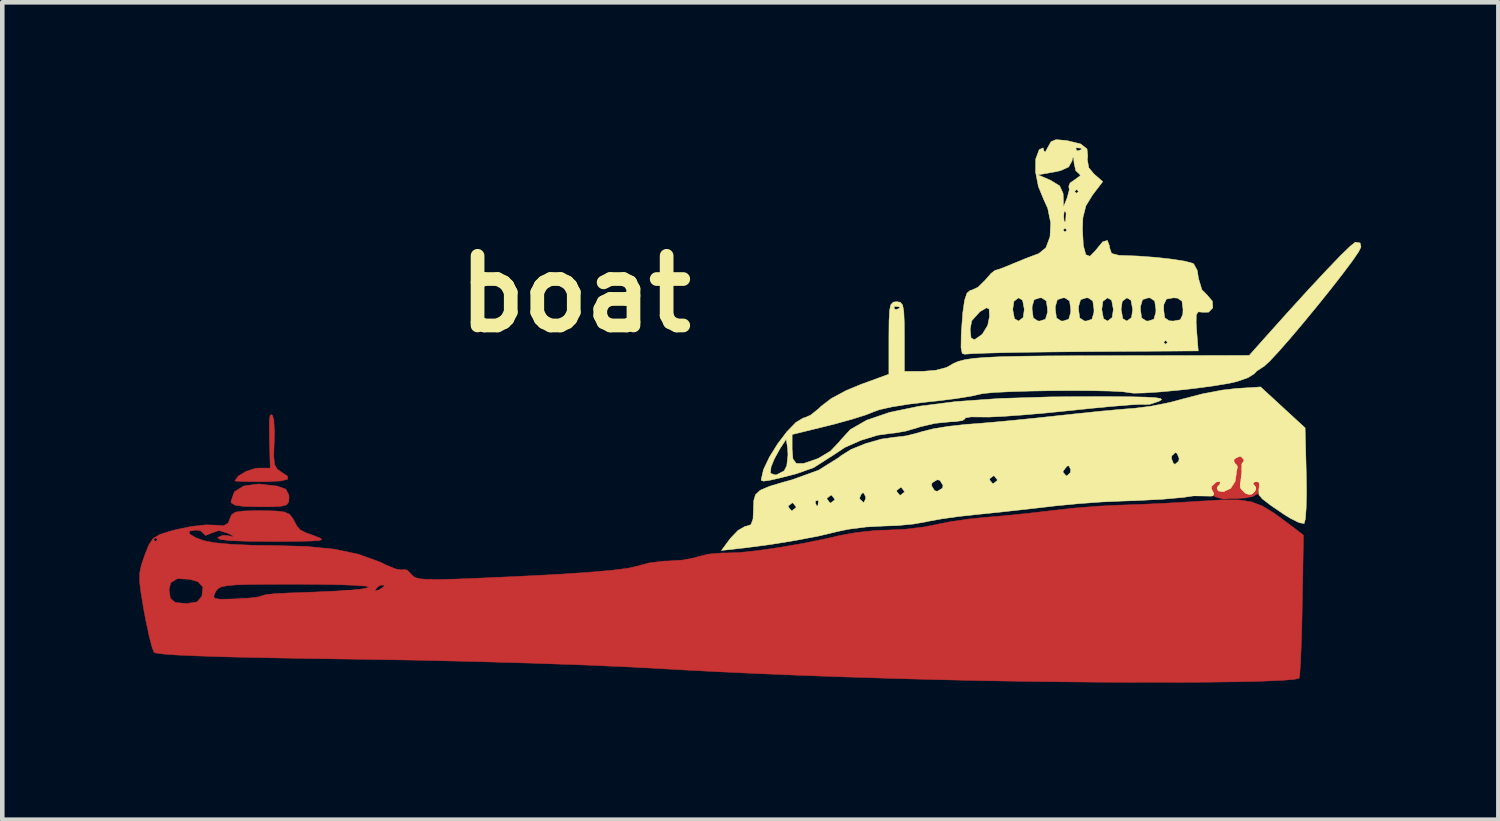
<source format=kicad_pcb>
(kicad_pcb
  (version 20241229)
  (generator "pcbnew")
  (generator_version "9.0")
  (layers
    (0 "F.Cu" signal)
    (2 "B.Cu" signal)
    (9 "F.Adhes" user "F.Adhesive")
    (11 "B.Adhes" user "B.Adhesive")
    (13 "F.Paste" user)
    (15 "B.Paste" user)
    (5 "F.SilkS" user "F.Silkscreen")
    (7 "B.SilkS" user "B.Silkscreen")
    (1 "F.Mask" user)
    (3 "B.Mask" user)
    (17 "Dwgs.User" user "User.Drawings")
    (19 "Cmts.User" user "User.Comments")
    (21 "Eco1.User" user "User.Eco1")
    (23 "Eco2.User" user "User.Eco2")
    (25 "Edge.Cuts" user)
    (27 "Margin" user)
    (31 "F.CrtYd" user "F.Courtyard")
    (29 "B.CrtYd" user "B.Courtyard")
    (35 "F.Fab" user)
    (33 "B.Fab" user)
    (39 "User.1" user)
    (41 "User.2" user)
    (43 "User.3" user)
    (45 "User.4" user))
  (footprint "boat"
    (layer "F.Cu")
    (at 13.349 5.921)
    (property "Reference" "boat" (at -3.81 -2.54 0) (layer "F.SilkS") (effects (font (size 1.524 1.524) (thickness 0.3))))
    (attr through_hole)
    (fp_poly (pts (xy 9.78 4.78) (xy 8.06 4.72) (xy 8.04 3.3) (xy 8.05 3.29) (xy 8.06 3.29) (xy 9.82 3.23)) (stroke (width 0.1) (type solid)) (fill yes) (layer "F.Cu"))
    (fp_poly (pts (xy -10.34 1.662) (xy -10.147 1.73) (xy -10.079 1.858) (xy -10.075 1.916) (xy -10.085 2.018) (xy -10.136 2.078) (xy -10.265 2.107) (xy -10.508 2.116) (xy -10.71 2.117) (xy -11.049 2.109) (xy -11.248 2.084) (xy -11.335 2.034) (xy -11.345 1.996) (xy -11.272 1.788) (xy -11.064 1.66) (xy -10.74 1.617) (xy -10.34 1.662)) (stroke (width 0.01) (type solid)) (fill yes) (layer "F.Cu"))
    (fp_poly (pts (xy 11.13 1.42) (xy 11.17 1.58) (xy 11.13 1.71) (xy 11.08 1.8) (xy 10.99 1.85) (xy 10.83 1.88) (xy 10.68 1.89) (xy 10.49 1.89) (xy 10.39 1.9) (xy 10.33 1.89) (xy 10.25 1.87) (xy 10.17 1.84) (xy 10.12 1.82) (xy 10.09 1.79) (xy 10.1 1.81) (xy 10.09 1.8) (xy 10.03 1.62) (xy 10.1 0.93) (xy 10.93 0.8)) (stroke (width 0.1) (type solid)) (fill yes) (layer "F.Cu"))
    (fp_poly (pts (xy -10.436 0.119) (xy -10.408 0.23) (xy -10.395 0.459) (xy -10.401 0.719) (xy -10.41 1.019) (xy -10.39 1.197) (xy -10.331 1.297) (xy -10.252 1.351) (xy -10.108 1.448) (xy -10.106 1.513) (xy -10.254 1.551) (xy -10.562 1.566) (xy -10.668 1.567) (xy -10.96 1.565) (xy -11.172 1.559) (xy -11.26 1.552) (xy -11.261 1.551) (xy -11.19 1.447) (xy -11.02 1.344) (xy -10.82 1.278) (xy -10.741 1.27) (xy -10.487 1.27) (xy -10.5 0.783) (xy -10.507 0.427) (xy -10.504 0.213) (xy -10.489 0.113) (xy -10.458 0.101) (xy -10.436 0.119)) (stroke (width 0.01) (type solid)) (fill yes) (layer "F.Cu"))
    (fp_poly (pts (xy 10.699 1.966) (xy 10.976 2.007) (xy 11.22 2.099) (xy 11.474 2.254) (xy 11.785 2.483) (xy 11.795 2.49) (xy 12.118 2.737) (xy 12.091 4.283) (xy 12.081 4.777) (xy 12.067 5.21) (xy 12.052 5.554) (xy 12.037 5.783) (xy 12.023 5.868) (xy 11.912 5.893) (xy 11.646 5.914) (xy 11.24 5.931) (xy 10.707 5.944) (xy 10.063 5.953) (xy 9.322 5.957) (xy 8.497 5.957) (xy 7.604 5.953) (xy 6.656 5.944) (xy 5.669 5.93) (xy 5.038 5.919) (xy 4.107 5.898) (xy 3.116 5.871) (xy 2.101 5.839) (xy 1.1 5.803) (xy 0.149 5.764) (xy -0.716 5.724) (xy -1.456 5.685) (xy -1.609 5.676) (xy -2.537 5.625) (xy -3.604 5.578) (xy -4.781 5.537) (xy -6.037 5.501) (xy -7.343 5.471) (xy -8.657 5.45) (xy -9.75 5.434) (xy -10.678 5.417) (xy -11.446 5.4) (xy -12.057 5.38) (xy -12.516 5.36) (xy -12.827 5.338) (xy -12.996 5.314) (xy -13.029 5.3) (xy -13.075 5.18) (xy -13.138 4.935) (xy -13.208 4.607) (xy -13.247 4.402) (xy -13.311 4.023) (xy -13.323 3.932) (xy -12.7 3.932) (xy -12.673 4.119) (xy -12.566 4.209) (xy -12.336 4.233) (xy -12.311 4.233) (xy -12.09 4.198) (xy -11.985 4.078) (xy -11.983 4.073) (xy -11.724 4.073) (xy -11.698 4.122) (xy -11.573 4.139) (xy -11.32 4.134) (xy -11.222 4.13) (xy -10.941 4.112) (xy -10.741 4.088) (xy -10.668 4.064) (xy -10.59 4.04) (xy -10.387 4.018) (xy -10.102 4.003) (xy -10.096 4.002) (xy -9.511 3.981) (xy 8.213 3.981) (xy 8.23 4.295) (xy 8.281 4.464) (xy 8.36 4.479) (xy 8.424 4.403) (xy 8.529 4.36) (xy 8.755 4.33) (xy 9.054 4.318) (xy 9.064 4.318) (xy 9.39 4.312) (xy 9.575 4.271) (xy 9.646 4.161) (xy 9.631 3.948) (xy 9.578 3.683) (xy 9.535 3.537) (xy 9.457 3.459) (xy 9.296 3.425) (xy 9.059 3.412) (xy 8.675 3.404) (xy 8.429 3.427) (xy 8.291 3.5) (xy 8.229 3.646) (xy 8.213 3.885) (xy 8.213 3.981) (xy -9.511 3.981) (xy -9.485 3.98) (xy -9.024 3.959) (xy -8.97 3.955) (xy -8.204 3.955) (xy -8.119 3.938) (xy -8.103 3.932) (xy -8 3.864) (xy -7.999 3.826) (xy -8.088 3.836) (xy -8.151 3.884) (xy -8.204 3.955) (xy -8.97 3.955) (xy -8.696 3.938) (xy -8.482 3.915) (xy -8.364 3.889) (xy -8.33 3.871) (xy -8.391 3.852) (xy -8.597 3.836) (xy -8.924 3.823) (xy -9.347 3.814) (xy -9.842 3.81) (xy -9.931 3.81) (xy -10.502 3.811) (xy -10.927 3.815) (xy -11.229 3.824) (xy -11.431 3.842) (xy -11.558 3.869) (xy -11.631 3.909) (xy -11.675 3.963) (xy -11.685 3.981) (xy -11.724 4.073) (xy -11.983 4.073) (xy -11.981 4.065) (xy -11.96 3.87) (xy -12.069 3.755) (xy -12.249 3.702) (xy -12.52 3.688) (xy -12.665 3.778) (xy -12.7 3.932) (xy -13.323 3.932) (xy -13.344 3.762) (xy -13.343 3.57) (xy -13.309 3.398) (xy -13.241 3.198) (xy -13.233 3.176) (xy -13.143 2.949) (xy -13.067 2.836) (xy -13.039 2.836) (xy -12.996 2.879) (xy -12.954 2.836) (xy -12.996 2.794) (xy -13.039 2.836) (xy -13.067 2.836) (xy -13.05 2.811) (xy -12.907 2.723) (xy -12.666 2.648) (xy -12.534 2.613) (xy -12.203 2.545) (xy -11.893 2.512) (xy -11.706 2.517) (xy -11.504 2.532) (xy -11.407 2.472) (xy -11.373 2.383) (xy -11.333 2.289) (xy -11.248 2.234) (xy -11.079 2.209) (xy -10.788 2.201) (xy -10.703 2.201) (xy -10.377 2.207) (xy -10.178 2.23) (xy -10.063 2.281) (xy -9.992 2.373) (xy -9.982 2.392) (xy -9.902 2.541) (xy -9.828 2.624) (xy -9.704 2.686) (xy -9.51 2.756) (xy -9.397 2.8) (xy -9.359 2.832) (xy -9.413 2.852) (xy -9.579 2.865) (xy -9.873 2.872) (xy -10.315 2.875) (xy -10.44 2.875) (xy -10.986 2.871) (xy -11.366 2.856) (xy -11.583 2.83) (xy -11.64 2.792) (xy -11.64 2.791) (xy -11.525 2.739) (xy -11.402 2.749) (xy -11.284 2.775) (xy -11.313 2.748) (xy -11.416 2.694) (xy -11.61 2.635) (xy -11.776 2.694) (xy -11.905 2.745) (xy -11.938 2.71) (xy -12.009 2.641) (xy -12.107 2.625) (xy -12.255 2.649) (xy -12.254 2.71) (xy -12.113 2.794) (xy -11.939 2.858) (xy -11.704 2.903) (xy -11.336 2.937) (xy -10.871 2.958) (xy -10.449 2.963) (xy -9.694 2.983) (xy -9.072 3.045) (xy -8.551 3.156) (xy -8.098 3.32) (xy -7.953 3.39) (xy -7.746 3.475) (xy -7.604 3.499) (xy -7.581 3.489) (xy -7.493 3.5) (xy -7.407 3.586) (xy -7.365 3.633) (xy -7.306 3.668) (xy -7.208 3.692) (xy -7.052 3.705) (xy -6.818 3.707) (xy -6.486 3.7) (xy -6.037 3.683) (xy -5.45 3.657) (xy -5.022 3.637) (xy -4.203 3.595) (xy -3.533 3.551) (xy -3.017 3.506) (xy -2.659 3.461) (xy -2.466 3.417) (xy -2.2 3.345) (xy -1.877 3.305) (xy -1.773 3.302) (xy -1.472 3.282) (xy -1.201 3.231) (xy -1.127 3.207) (xy -0.89 3.15) (xy -0.592 3.126) (xy -0.508 3.127) (xy -0.218 3.117) (xy 0.192 3.073) (xy 0.678 3.002) (xy 1.196 2.912) (xy 1.7 2.809) (xy 1.967 2.746) (xy 2.327 2.68) (xy 2.746 2.636) (xy 3.029 2.625) (xy 3.417 2.606) (xy 3.819 2.557) (xy 4.067 2.508) (xy 4.39 2.443) (xy 4.795 2.384) (xy 5.197 2.343) (xy 5.207 2.343) (xy 5.631 2.307) (xy 6.124 2.256) (xy 6.589 2.202) (xy 6.646 2.195) (xy 7.109 2.144) (xy 7.622 2.103) (xy 8.082 2.08) (xy 8.128 2.079) (xy 8.521 2.065) (xy 9.012 2.043) (xy 9.527 2.014) (xy 9.864 1.993) (xy 10.343 1.965) (xy 10.699 1.966)) (stroke (width 0.01) (type solid)) (fill yes) (layer "F.Cu"))
    (fp_poly (pts (xy -10.34 1.662) (xy -10.147 1.73) (xy -10.079 1.858) (xy -10.075 1.916) (xy -10.085 2.018) (xy -10.136 2.078) (xy -10.265 2.107) (xy -10.508 2.116) (xy -10.71 2.117) (xy -11.049 2.109) (xy -11.248 2.084) (xy -11.335 2.034) (xy -11.345 1.996) (xy -11.272 1.788) (xy -11.064 1.66) (xy -10.74 1.617) (xy -10.34 1.662)) (stroke (width 0.01) (type solid)) (fill yes) (layer "F.Mask"))
    (fp_poly (pts (xy -10.436 0.119) (xy -10.408 0.23) (xy -10.395 0.459) (xy -10.401 0.719) (xy -10.41 1.019) (xy -10.39 1.197) (xy -10.331 1.297) (xy -10.252 1.351) (xy -10.108 1.448) (xy -10.106 1.513) (xy -10.254 1.551) (xy -10.562 1.566) (xy -10.668 1.567) (xy -10.96 1.565) (xy -11.172 1.559) (xy -11.26 1.552) (xy -11.261 1.551) (xy -11.19 1.447) (xy -11.02 1.344) (xy -10.82 1.278) (xy -10.741 1.27) (xy -10.487 1.27) (xy -10.5 0.783) (xy -10.507 0.427) (xy -10.504 0.213) (xy -10.489 0.113) (xy -10.458 0.101) (xy -10.436 0.119)) (stroke (width 0.01) (type solid)) (fill yes) (layer "F.Mask"))
    (fp_poly (pts (xy 10.699 1.966) (xy 10.976 2.007) (xy 11.22 2.099) (xy 11.474 2.254) (xy 11.785 2.483) (xy 11.795 2.49) (xy 12.118 2.737) (xy 12.091 4.283) (xy 12.081 4.777) (xy 12.067 5.21) (xy 12.052 5.554) (xy 12.037 5.783) (xy 12.023 5.868) (xy 11.912 5.893) (xy 11.646 5.914) (xy 11.24 5.931) (xy 10.707 5.944) (xy 10.063 5.953) (xy 9.322 5.957) (xy 8.497 5.957) (xy 7.604 5.953) (xy 6.656 5.944) (xy 5.669 5.93) (xy 5.038 5.919) (xy 4.107 5.898) (xy 3.116 5.871) (xy 2.101 5.839) (xy 1.1 5.803) (xy 0.149 5.764) (xy -0.716 5.724) (xy -1.456 5.685) (xy -1.609 5.676) (xy -2.537 5.625) (xy -3.604 5.578) (xy -4.781 5.537) (xy -6.037 5.501) (xy -7.343 5.471) (xy -8.657 5.45) (xy -9.75 5.434) (xy -10.678 5.417) (xy -11.446 5.4) (xy -12.057 5.38) (xy -12.516 5.36) (xy -12.827 5.338) (xy -12.996 5.314) (xy -13.029 5.3) (xy -13.075 5.18) (xy -13.138 4.935) (xy -13.208 4.607) (xy -13.247 4.402) (xy -13.311 4.023) (xy -13.323 3.932) (xy -12.7 3.932) (xy -12.673 4.119) (xy -12.566 4.209) (xy -12.336 4.233) (xy -12.311 4.233) (xy -12.09 4.198) (xy -11.985 4.078) (xy -11.983 4.073) (xy -11.724 4.073) (xy -11.698 4.122) (xy -11.573 4.139) (xy -11.32 4.134) (xy -11.222 4.13) (xy -10.941 4.112) (xy -10.741 4.088) (xy -10.668 4.064) (xy -10.59 4.04) (xy -10.387 4.018) (xy -10.102 4.003) (xy -10.096 4.002) (xy -9.511 3.981) (xy 8.213 3.981) (xy 8.23 4.295) (xy 8.281 4.464) (xy 8.36 4.479) (xy 8.424 4.403) (xy 8.529 4.36) (xy 8.755 4.33) (xy 9.054 4.318) (xy 9.064 4.318) (xy 9.39 4.312) (xy 9.575 4.271) (xy 9.646 4.161) (xy 9.631 3.948) (xy 9.578 3.683) (xy 9.535 3.537) (xy 9.457 3.459) (xy 9.296 3.425) (xy 9.059 3.412) (xy 8.675 3.404) (xy 8.429 3.427) (xy 8.291 3.5) (xy 8.229 3.646) (xy 8.213 3.885) (xy 8.213 3.981) (xy -9.511 3.981) (xy -9.485 3.98) (xy -9.024 3.959) (xy -8.97 3.955) (xy -8.204 3.955) (xy -8.119 3.938) (xy -8.103 3.932) (xy -8 3.864) (xy -7.999 3.826) (xy -8.088 3.836) (xy -8.151 3.884) (xy -8.204 3.955) (xy -8.97 3.955) (xy -8.696 3.938) (xy -8.482 3.915) (xy -8.364 3.889) (xy -8.33 3.871) (xy -8.391 3.852) (xy -8.597 3.836) (xy -8.924 3.823) (xy -9.347 3.814) (xy -9.842 3.81) (xy -9.931 3.81) (xy -10.502 3.811) (xy -10.927 3.815) (xy -11.229 3.824) (xy -11.431 3.842) (xy -11.558 3.869) (xy -11.631 3.909) (xy -11.675 3.963) (xy -11.685 3.981) (xy -11.724 4.073) (xy -11.983 4.073) (xy -11.981 4.065) (xy -11.96 3.87) (xy -12.069 3.755) (xy -12.249 3.702) (xy -12.52 3.688) (xy -12.665 3.778) (xy -12.7 3.932) (xy -13.323 3.932) (xy -13.344 3.762) (xy -13.343 3.57) (xy -13.309 3.398) (xy -13.241 3.198) (xy -13.233 3.176) (xy -13.143 2.949) (xy -13.067 2.836) (xy -13.039 2.836) (xy -12.996 2.879) (xy -12.954 2.836) (xy -12.996 2.794) (xy -13.039 2.836) (xy -13.067 2.836) (xy -13.05 2.811) (xy -12.907 2.723) (xy -12.666 2.648) (xy -12.534 2.613) (xy -12.203 2.545) (xy -11.893 2.512) (xy -11.706 2.517) (xy -11.504 2.532) (xy -11.407 2.472) (xy -11.373 2.383) (xy -11.333 2.289) (xy -11.248 2.234) (xy -11.079 2.209) (xy -10.788 2.201) (xy -10.703 2.201) (xy -10.377 2.207) (xy -10.178 2.23) (xy -10.063 2.281) (xy -9.992 2.373) (xy -9.982 2.392) (xy -9.902 2.541) (xy -9.828 2.624) (xy -9.704 2.686) (xy -9.51 2.756) (xy -9.397 2.8) (xy -9.359 2.832) (xy -9.413 2.852) (xy -9.579 2.865) (xy -9.873 2.872) (xy -10.315 2.875) (xy -10.44 2.875) (xy -10.986 2.871) (xy -11.366 2.856) (xy -11.583 2.83) (xy -11.64 2.792) (xy -11.64 2.791) (xy -11.525 2.739) (xy -11.402 2.749) (xy -11.284 2.775) (xy -11.313 2.748) (xy -11.416 2.694) (xy -11.61 2.635) (xy -11.776 2.694) (xy -11.905 2.745) (xy -11.938 2.71) (xy -12.009 2.641) (xy -12.107 2.625) (xy -12.255 2.649) (xy -12.254 2.71) (xy -12.113 2.794) (xy -11.939 2.858) (xy -11.704 2.903) (xy -11.336 2.937) (xy -10.871 2.958) (xy -10.449 2.963) (xy -9.694 2.983) (xy -9.072 3.045) (xy -8.551 3.156) (xy -8.098 3.32) (xy -7.953 3.39) (xy -7.746 3.475) (xy -7.604 3.499) (xy -7.581 3.489) (xy -7.493 3.5) (xy -7.407 3.586) (xy -7.365 3.633) (xy -7.306 3.668) (xy -7.208 3.692) (xy -7.052 3.705) (xy -6.818 3.707) (xy -6.486 3.7) (xy -6.037 3.683) (xy -5.45 3.657) (xy -5.022 3.637) (xy -4.203 3.595) (xy -3.533 3.551) (xy -3.017 3.506) (xy -2.659 3.461) (xy -2.466 3.417) (xy -2.2 3.345) (xy -1.877 3.305) (xy -1.773 3.302) (xy -1.472 3.282) (xy -1.201 3.231) (xy -1.127 3.207) (xy -0.89 3.15) (xy -0.592 3.126) (xy -0.508 3.127) (xy -0.218 3.117) (xy 0.192 3.073) (xy 0.678 3.002) (xy 1.196 2.912) (xy 1.7 2.809) (xy 1.967 2.746) (xy 2.327 2.68) (xy 2.746 2.636) (xy 3.029 2.625) (xy 3.417 2.606) (xy 3.819 2.557) (xy 4.067 2.508) (xy 4.39 2.443) (xy 4.795 2.384) (xy 5.197 2.343) (xy 5.207 2.343) (xy 5.631 2.307) (xy 6.124 2.256) (xy 6.589 2.202) (xy 6.646 2.195) (xy 7.109 2.144) (xy 7.622 2.103) (xy 8.082 2.08) (xy 8.128 2.079) (xy 8.521 2.065) (xy 9.012 2.043) (xy 9.527 2.014) (xy 9.864 1.993) (xy 10.343 1.965) (xy 10.699 1.966)) (stroke (width 0.01) (type solid)) (fill yes) (layer "F.Mask"))
    (fp_line (start 9.66 1.82) (end 10.07 1.78) (stroke (width 0.12) (type solid)) (layer "F.SilkS"))
    (fp_line (start 10.05 1.78) (end 10.05 1.79) (stroke (width 0.12) (type solid)) (layer "F.SilkS"))
    (fp_line (start 10.07 1.78) (end 10.05 1.78) (stroke (width 0.12) (type solid)) (layer "F.SilkS"))
    (fp_line (start 10.1 1.83) (end 9.66 1.82) (stroke (width 0.12) (type solid)) (layer "F.SilkS"))
    (fp_line (start 10.35 1.53) (end 10.52 1.45) (stroke (width 0.15) (type solid)) (layer "F.SilkS"))
    (fp_line (start 10.35 1.65) (end 10.38 1.56) (stroke (width 0.15) (type solid)) (layer "F.SilkS"))
    (fp_line (start 10.36 1.71) (end 10.3 1.71) (stroke (width 0.15) (type solid)) (layer "F.SilkS"))
    (fp_line (start 10.38 1.56) (end 10.35 1.53) (stroke (width 0.15) (type solid)) (layer "F.SilkS"))
    (fp_line (start 10.45 1.63) (end 10.47 1.51) (stroke (width 0.15) (type solid)) (layer "F.SilkS"))
    (fp_line (start 10.52 1.06) (end 10.61 0.98) (stroke (width 0.15) (type solid)) (layer "F.SilkS"))
    (fp_line (start 10.52 1.45) (end 10.42 1.39) (stroke (width 0.15) (type solid)) (layer "F.SilkS"))
    (fp_line (start 10.54 1.18) (end 10.52 1.06) (stroke (width 0.15) (type solid)) (layer "F.SilkS"))
    (fp_line (start 10.58 1.36) (end 10.6 1.25) (stroke (width 0.15) (type solid)) (layer "F.SilkS"))
    (fp_line (start 10.6 1.25) (end 10.54 1.18) (stroke (width 0.15) (type solid)) (layer "F.SilkS"))
    (fp_line (start 10.61 0.98) (end 10.6 0.94) (stroke (width 0.15) (type solid)) (layer "F.SilkS"))
    (fp_line (start 10.81 1.61) (end 10.81 1.68) (stroke (width 0.15) (type solid)) (layer "F.SilkS"))
    (fp_line (start 10.81 1.68) (end 10.85 1.72) (stroke (width 0.15) (type solid)) (layer "F.SilkS"))
    (fp_line (start 10.82 1.53) (end 10.81 1.61) (stroke (width 0.15) (type solid)) (layer "F.SilkS"))
    (fp_line (start 10.83 1.45) (end 10.82 1.53) (stroke (width 0.15) (type solid)) (layer "F.SilkS"))
    (fp_line (start 10.84 1.2) (end 10.84 1.27) (stroke (width 0.15) (type solid)) (layer "F.SilkS"))
    (fp_line (start 10.84 1.27) (end 10.85 1.31) (stroke (width 0.15) (type solid)) (layer "F.SilkS"))
    (fp_line (start 10.84 1.31) (end 10.84 1.37) (stroke (width 0.15) (type solid)) (layer "F.SilkS"))
    (fp_line (start 10.84 1.37) (end 10.83 1.45) (stroke (width 0.15) (type solid)) (layer "F.SilkS"))
    (fp_line (start 10.85 1.31) (end 10.84 1.31) (stroke (width 0.15) (type solid)) (layer "F.SilkS"))
    (fp_line (start 10.85 1.72) (end 10.89 1.76) (stroke (width 0.15) (type solid)) (layer "F.SilkS"))
    (fp_line (start 10.87 1.72) (end 10.94 1.41) (stroke (width 0.15) (type solid)) (layer "F.SilkS"))
    (fp_line (start 10.89 1.75) (end 10.92 1.77) (stroke (width 0.15) (type solid)) (layer "F.SilkS"))
    (fp_line (start 10.89 1.76) (end 10.89 1.5) (stroke (width 0.15) (type solid)) (layer "F.SilkS"))
    (fp_line (start 10.92 1.23) (end 10.84 1.2) (stroke (width 0.15) (type solid)) (layer "F.SilkS"))
    (fp_line (start 10.92 1.77) (end 10.95 1.75) (stroke (width 0.15) (type solid)) (layer "F.SilkS"))
    (fp_line (start 10.93 1.62) (end 10.95 1.62) (stroke (width 0.15) (type solid)) (layer "F.SilkS"))
    (fp_line (start 10.94 1.41) (end 11.2 1.26) (stroke (width 0.15) (type solid)) (layer "F.SilkS"))
    (fp_line (start 10.95 1.75) (end 10.97 1.73) (stroke (width 0.15) (type solid)) (layer "F.SilkS"))
    (fp_line (start 10.95 1.77) (end 10.87 1.72) (stroke (width 0.15) (type solid)) (layer "F.SilkS"))
    (fp_line (start 10.96 1.77) (end 10.95 1.77) (stroke (width 0.15) (type solid)) (layer "F.SilkS"))
    (fp_line (start 10.97 1.55) (end 11.04 1.49) (stroke (width 0.15) (type solid)) (layer "F.SilkS"))
    (fp_line (start 10.97 1.73) (end 11 1.71) (stroke (width 0.15) (type solid)) (layer "F.SilkS"))
    (fp_line (start 10.97 1.76) (end 10.96 1.77) (stroke (width 0.15) (type solid)) (layer "F.SilkS"))
    (fp_line (start 10.99 1.74) (end 10.97 1.76) (stroke (width 0.15) (type solid)) (layer "F.SilkS"))
    (fp_line (start 11 1.71) (end 11 1.72) (stroke (width 0.15) (type solid)) (layer "F.SilkS"))
    (fp_line (start 11 1.72) (end 10.99 1.74) (stroke (width 0.15) (type solid)) (layer "F.SilkS"))
    (fp_line (start 11.04 1.49) (end 11.16 1.45) (stroke (width 0.15) (type solid)) (layer "F.SilkS"))
    (fp_line (start 11.11 1.49) (end 11.06 1.5) (stroke (width 0.15) (type solid)) (layer "F.SilkS"))
    (fp_line (start 11.21 1.54) (end 11.11 1.49) (stroke (width 0.15) (type solid)) (layer "F.SilkS"))
    (fp_line (start 11.21 1.75) (end 11.23 1.64) (stroke (width 0.15) (type solid)) (layer "F.SilkS"))
    (fp_line (start 11.23 1.64) (end 11.21 1.54) (stroke (width 0.15) (type solid)) (layer "F.SilkS"))
    (fp_line (start 11.28 1.61) (end 11.27 1.6) (stroke (width 0.15) (type solid)) (layer "F.SilkS"))
    (fp_poly (pts (xy 13.357 -3.656) (xy 13.377 -3.569) (xy 13.325 -3.463) (xy 13.182 -3.255) (xy 12.969 -2.971) (xy 12.707 -2.635) (xy 12.415 -2.272) (xy 12.116 -1.909) (xy 11.83 -1.57) (xy 11.576 -1.281) (xy 11.377 -1.067) (xy 11.253 -0.954) (xy 11.233 -0.943) (xy 11.097 -0.854) (xy 11.037 -0.791) (xy 10.903 -0.708) (xy 10.665 -0.625) (xy 10.487 -0.584) (xy 10.16 -0.53) (xy 9.773 -0.478) (xy 9.364 -0.432) (xy 8.973 -0.396) (xy 8.64 -0.374) (xy 8.405 -0.369) (xy 8.317 -0.379) (xy 8.173 -0.4) (xy 7.894 -0.415) (xy 7.516 -0.423) (xy 7.074 -0.426) (xy 6.602 -0.423) (xy 6.135 -0.415) (xy 5.709 -0.402) (xy 5.358 -0.385) (xy 5.117 -0.363) (xy 5.038 -0.347) (xy 4.848 -0.304) (xy 4.538 -0.254) (xy 4.156 -0.205) (xy 3.872 -0.175) (xy 3.471 -0.127) (xy 3.112 -0.069) (xy 2.841 -0.008) (xy 2.729 0.032) (xy 2.545 0.105) (xy 2.247 0.199) (xy 1.886 0.299) (xy 1.714 0.343) (xy 0.931 0.535) (xy 0.931 0.86) (xy 0.949 1.07) (xy 1.023 1.169) (xy 1.182 1.168) (xy 1.457 1.075) (xy 1.505 1.056) (xy 1.769 0.899) (xy 1.969 0.689) (xy 1.98 0.671) (xy 2.202 0.428) (xy 2.561 0.222) (xy 3.062 0.051) (xy 3.71 -0.084) (xy 4.508 -0.185) (xy 5.462 -0.253) (xy 6.576 -0.288) (xy 7.208 -0.293) (xy 7.841 -0.294) (xy 8.321 -0.291) (xy 8.663 -0.283) (xy 8.882 -0.271) (xy 8.994 -0.252) (xy 9.015 -0.227) (xy 8.959 -0.193) (xy 8.956 -0.192) (xy 8.765 -0.128) (xy 8.647 -0.12) (xy 8.644 -0.122) (xy 8.545 -0.125) (xy 8.306 -0.111) (xy 7.952 -0.082) (xy 7.514 -0.041) (xy 7.023 0.01) (xy 6.497 0.063) (xy 6.001 0.106) (xy 5.57 0.137) (xy 5.242 0.153) (xy 5.067 0.152) (xy 4.845 0.15) (xy 4.722 0.171) (xy 4.712 0.191) (xy 4.662 0.229) (xy 4.489 0.254) (xy 4.386 0.258) (xy 4.056 0.291) (xy 3.724 0.369) (xy 3.683 0.383) (xy 3.409 0.463) (xy 3.158 0.505) (xy 3.114 0.507) (xy 2.799 0.551) (xy 2.432 0.664) (xy 2.088 0.816) (xy 1.863 0.965) (xy 1.401 1.261) (xy 1.016 1.396) (xy 0.656 1.488) (xy 0.429 1.539) (xy 0.307 1.555) (xy 0.259 1.541) (xy 0.254 1.522) (xy 0.286 1.383) (xy 0.456 1.383) (xy 0.554 1.418) (xy 0.591 1.416) (xy 0.757 1.329) (xy 0.814 1.218) (xy 0.84 0.979) (xy 0.832 0.834) (xy 0.802 0.635) (xy 0.664 0.847) (xy 0.541 1.07) (xy 0.47 1.244) (xy 0.456 1.383) (xy 0.286 1.383) (xy 0.303 1.306) (xy 0.433 1.032) (xy 0.613 0.741) (xy 0.817 0.473) (xy 1.014 0.27) (xy 1.176 0.173) (xy 1.203 0.169) (xy 1.334 0.112) (xy 1.512 -0.03) (xy 1.562 -0.08) (xy 1.785 -0.251) (xy 2.117 -0.429) (xy 2.425 -0.557) (xy 3.048 -0.785) (xy 3.048 -1.578) (xy 3.051 -1.948) (xy 3.063 -2.181) (xy 3.08 -2.258) (xy 3.161 -2.258) (xy 3.173 -2.207) (xy 3.217 -2.201) (xy 3.287 -2.232) (xy 3.274 -2.258) (xy 3.173 -2.268) (xy 3.161 -2.258) (xy 3.08 -2.258) (xy 3.092 -2.308) (xy 3.144 -2.361) (xy 3.217 -2.371) (xy 3.298 -2.358) (xy 3.348 -2.298) (xy 3.374 -2.159) (xy 3.385 -1.909) (xy 3.387 -1.609) (xy 3.387 -0.847) (xy 3.791 -0.847) (xy 4.07 -0.87) (xy 4.3 -0.929) (xy 4.363 -0.961) (xy 4.457 -1.018) (xy 4.567 -1.065) (xy 4.711 -1.102) (xy 4.905 -1.131) (xy 5.168 -1.152) (xy 5.516 -1.168) (xy 5.968 -1.178) (xy 6.539 -1.185) (xy 7.248 -1.188) (xy 7.956 -1.19) (xy 10.931 -1.195) (xy 11.244 -1.547) (xy 11.771 -2.135) (xy 12.233 -2.642) (xy 12.621 -3.058) (xy 12.925 -3.375) (xy 13.138 -3.582) (xy 13.25 -3.671) (xy 13.252 -3.672) (xy 13.357 -3.656)) (stroke (width 0.01) (type solid)) (fill yes) (layer "F.SilkS"))
    (fp_poly (pts (xy 11.667 -0.058) (xy 12.154 0.39) (xy 12.18 1.413) (xy 12.185 1.812) (xy 12.177 2.146) (xy 12.16 2.381) (xy 12.133 2.482) (xy 12.133 2.482) (xy 12.026 2.465) (xy 11.834 2.37) (xy 11.69 2.281) (xy 11.395 2.079) (xy 11.22 1.945) (xy 11.143 1.855) (xy 11.142 1.786) (xy 11.174 1.738) (xy 11.215 1.609) (xy 11.109 1.534) (xy 11.014 1.525) (xy 10.931 1.544) (xy 10.99 1.596) (xy 11.053 1.674) (xy 10.975 1.769) (xy 10.87 1.819) (xy 10.805 1.724) (xy 10.796 1.696) (xy 10.773 1.484) (xy 10.795 1.268) (xy 10.815 1.085) (xy 10.755 1.019) (xy 10.722 1.016) (xy 10.578 1.065) (xy 10.52 1.171) (xy 10.577 1.266) (xy 10.649 1.392) (xy 10.622 1.565) (xy 10.523 1.716) (xy 10.384 1.777) (xy 10.266 1.763) (xy 10.304 1.711) (xy 10.327 1.697) (xy 10.41 1.603) (xy 10.358 1.552) (xy 10.21 1.575) (xy 10.108 1.67) (xy 10.107 1.737) (xy 10.05 1.801) (xy 9.84 1.859) (xy 9.495 1.91) (xy 9.029 1.952) (xy 8.46 1.981) (xy 8.128 1.992) (xy 7.702 2.011) (xy 7.198 2.048) (xy 6.705 2.095) (xy 6.562 2.112) (xy 6.083 2.167) (xy 5.556 2.225) (xy 5.074 2.275) (xy 4.953 2.287) (xy 4.563 2.33) (xy 4.196 2.382) (xy 3.913 2.433) (xy 3.852 2.447) (xy 3.586 2.494) (xy 3.234 2.527) (xy 2.928 2.538) (xy 2.547 2.558) (xy 2.16 2.608) (xy 1.912 2.66) (xy 1.522 2.754) (xy 1.019 2.85) (xy 0.461 2.941) (xy -0.098 3.015) (xy -0.202 3.026) (xy -0.615 3.072) (xy -0.419 2.806) (xy -0.254 2.634) (xy -0.097 2.544) (xy -0.069 2.54) (xy 0.029 2.508) (xy 0.075 2.385) (xy 0.085 2.169) (xy 0.087 2.117) (xy 0.847 2.117) (xy 0.911 2.199) (xy 0.931 2.201) (xy 1.014 2.137) (xy 1.016 2.117) (xy 0.952 2.034) (xy 0.931 2.032) (xy 1.439 2.032) (xy 1.47 2.102) (xy 1.496 2.088) (xy 1.506 1.988) (xy 1.496 1.976) (xy 1.445 1.987) (xy 1.439 2.032) (xy 0.931 2.032) (xy 0.849 2.096) (xy 0.847 2.117) (xy 0.087 2.117) (xy 0.091 1.982) (xy 0.102 1.947) (xy 1.693 1.947) (xy 1.758 2.03) (xy 1.778 2.032) (xy 1.86 1.968) (xy 1.863 1.947) (xy 1.843 1.923) (xy 2.405 1.923) (xy 2.417 1.953) (xy 2.498 2.028) (xy 2.538 1.943) (xy 2.54 1.9) (xy 2.498 1.813) (xy 2.454 1.821) (xy 2.405 1.923) (xy 1.843 1.923) (xy 1.798 1.865) (xy 1.778 1.863) (xy 1.696 1.927) (xy 1.693 1.947) (xy 0.102 1.947) (xy 0.13 1.851) (xy 0.208 1.778) (xy 3.217 1.778) (xy 3.282 1.86) (xy 3.302 1.863) (xy 3.384 1.798) (xy 3.387 1.778) (xy 3.322 1.696) (xy 3.302 1.693) (xy 3.22 1.758) (xy 3.217 1.778) (xy 0.208 1.778) (xy 0.232 1.755) (xy 0.425 1.672) (xy 0.493 1.651) (xy 3.979 1.651) (xy 4.047 1.763) (xy 4.106 1.778) (xy 4.219 1.71) (xy 4.233 1.651) (xy 4.166 1.539) (xy 4.106 1.524) (xy 5.249 1.524) (xy 5.314 1.606) (xy 5.334 1.609) (xy 5.416 1.544) (xy 5.419 1.524) (xy 5.354 1.442) (xy 5.334 1.439) (xy 5.252 1.504) (xy 5.249 1.524) (xy 4.106 1.524) (xy 3.994 1.592) (xy 3.979 1.651) (xy 0.493 1.651) (xy 0.738 1.578) (xy 0.931 1.525) (xy 1.388 1.36) (xy 6.858 1.36) (xy 6.923 1.437) (xy 6.943 1.439) (xy 7.017 1.37) (xy 7.027 1.307) (xy 6.986 1.22) (xy 6.943 1.228) (xy 6.861 1.336) (xy 6.858 1.36) (xy 1.388 1.36) (xy 1.509 1.316) (xy 1.923 1.058) (xy 9.229 1.058) (xy 9.274 1.171) (xy 9.313 1.185) (xy 9.388 1.117) (xy 9.398 1.058) (xy 9.352 0.946) (xy 9.313 0.931) (xy 9.238 1) (xy 9.229 1.058) (xy 1.923 1.058) (xy 1.952 1.04) (xy 2.001 0.999) (xy 2.22 0.862) (xy 2.538 0.733) (xy 2.884 0.635) (xy 3.188 0.592) (xy 3.21 0.591) (xy 3.433 0.563) (xy 3.707 0.493) (xy 3.768 0.473) (xy 4.015 0.411) (xy 4.365 0.354) (xy 4.749 0.312) (xy 4.826 0.307) (xy 5.193 0.278) (xy 5.668 0.235) (xy 6.191 0.183) (xy 6.703 0.128) (xy 6.731 0.125) (xy 7.213 0.073) (xy 7.684 0.025) (xy 8.094 -0.013) (xy 8.392 -0.037) (xy 8.424 -0.039) (xy 8.781 -0.084) (xy 9.197 -0.167) (xy 9.525 -0.255) (xy 9.919 -0.357) (xy 10.343 -0.437) (xy 10.649 -0.472) (xy 11.18 -0.506) (xy 11.667 -0.058)) (stroke (width 0.01) (type solid)) (fill yes) (layer "F.SilkS"))
    (fp_poly (pts (xy 6.908 -5.899) (xy 6.962 -5.891) (xy 7.245 -5.821) (xy 7.383 -5.712) (xy 7.399 -5.543) (xy 7.388 -5.492) (xy 7.42 -5.303) (xy 7.536 -5.164) (xy 7.727 -4.998) (xy 7.504 -4.706) (xy 7.358 -4.468) (xy 7.293 -4.21) (xy 7.283 -3.964) (xy 7.302 -3.599) (xy 7.357 -3.399) (xy 7.447 -3.364) (xy 7.572 -3.493) (xy 7.578 -3.502) (xy 7.725 -3.681) (xy 7.828 -3.711) (xy 7.873 -3.591) (xy 7.874 -3.556) (xy 7.92 -3.427) (xy 8.082 -3.384) (xy 8.107 -3.384) (xy 8.49 -3.37) (xy 8.883 -3.341) (xy 9.242 -3.301) (xy 9.527 -3.256) (xy 9.696 -3.21) (xy 9.716 -3.198) (xy 9.795 -3.055) (xy 9.821 -2.879) (xy 9.896 -2.632) (xy 10.005 -2.523) (xy 10.126 -2.381) (xy 10.134 -2.235) (xy 10.042 -2.141) (xy 9.91 -2.14) (xy 9.817 -2.149) (xy 9.774 -2.087) (xy 9.77 -1.917) (xy 9.781 -1.738) (xy 9.816 -1.294) (xy 7.317 -1.278) (xy 6.679 -1.272) (xy 6.095 -1.265) (xy 5.585 -1.256) (xy 5.172 -1.245) (xy 4.878 -1.234) (xy 4.725 -1.223) (xy 4.711 -1.22) (xy 4.652 -1.239) (xy 4.626 -1.369) (xy 4.628 -1.482) (xy 9.059 -1.482) (xy 9.102 -1.439) (xy 9.144 -1.482) (xy 9.102 -1.524) (xy 9.059 -1.482) (xy 4.628 -1.482) (xy 4.63 -1.637) (xy 4.634 -1.711) (xy 4.638 -1.768) (xy 4.826 -1.768) (xy 4.846 -1.577) (xy 4.921 -1.539) (xy 5.073 -1.645) (xy 5.095 -1.664) (xy 5.21 -1.852) (xy 5.249 -2.047) (xy 5.241 -2.201) (xy 5.757 -2.201) (xy 5.795 -2) (xy 5.884 -1.947) (xy 5.985 -2.023) (xy 6.011 -2.201) (xy 6.181 -2.201) (xy 6.207 -2.015) (xy 6.306 -1.95) (xy 6.35 -1.947) (xy 6.474 -1.987) (xy 6.518 -2.136) (xy 6.519 -2.201) (xy 6.689 -2.201) (xy 6.715 -2.015) (xy 6.814 -1.95) (xy 6.858 -1.947) (xy 6.982 -1.987) (xy 7.026 -2.136) (xy 7.027 -2.201) (xy 7.197 -2.201) (xy 7.223 -2.015) (xy 7.322 -1.95) (xy 7.366 -1.947) (xy 7.49 -1.987) (xy 7.534 -2.136) (xy 7.535 -2.201) (xy 7.705 -2.201) (xy 7.743 -2) (xy 7.832 -1.947) (xy 7.932 -2.023) (xy 7.959 -2.201) (xy 8.128 -2.201) (xy 8.166 -2) (xy 8.255 -1.947) (xy 8.356 -2.023) (xy 8.382 -2.201) (xy 8.551 -2.201) (xy 8.578 -2.015) (xy 8.677 -1.95) (xy 8.721 -1.947) (xy 8.845 -1.987) (xy 8.888 -2.136) (xy 8.89 -2.201) (xy 9.059 -2.201) (xy 9.082 -2.02) (xy 9.179 -1.953) (xy 9.271 -1.947) (xy 9.422 -1.975) (xy 9.478 -2.091) (xy 9.483 -2.201) (xy 9.46 -2.383) (xy 9.363 -2.449) (xy 9.271 -2.455) (xy 9.12 -2.428) (xy 9.064 -2.312) (xy 9.059 -2.201) (xy 8.89 -2.201) (xy 8.863 -2.387) (xy 8.764 -2.453) (xy 8.721 -2.455) (xy 8.597 -2.415) (xy 8.553 -2.267) (xy 8.551 -2.201) (xy 8.382 -2.201) (xy 8.344 -2.403) (xy 8.255 -2.455) (xy 8.154 -2.38) (xy 8.128 -2.201) (xy 7.959 -2.201) (xy 7.921 -2.403) (xy 7.832 -2.455) (xy 7.731 -2.38) (xy 7.705 -2.201) (xy 7.535 -2.201) (xy 7.509 -2.387) (xy 7.41 -2.453) (xy 7.366 -2.455) (xy 7.242 -2.415) (xy 7.198 -2.267) (xy 7.197 -2.201) (xy 7.027 -2.201) (xy 7.001 -2.387) (xy 6.902 -2.453) (xy 6.858 -2.455) (xy 6.734 -2.415) (xy 6.69 -2.267) (xy 6.689 -2.201) (xy 6.519 -2.201) (xy 6.493 -2.387) (xy 6.394 -2.453) (xy 6.35 -2.455) (xy 6.226 -2.415) (xy 6.182 -2.267) (xy 6.181 -2.201) (xy 6.011 -2.201) (xy 5.973 -2.403) (xy 5.884 -2.455) (xy 5.784 -2.38) (xy 5.757 -2.201) (xy 5.241 -2.201) (xy 5.241 -2.212) (xy 5.183 -2.237) (xy 5.038 -2.151) (xy 4.861 -1.954) (xy 4.826 -1.768) (xy 4.638 -1.768) (xy 4.665 -2.13) (xy 4.704 -2.404) (xy 4.757 -2.559) (xy 4.831 -2.621) (xy 4.864 -2.625) (xy 4.995 -2.686) (xy 5.148 -2.835) (xy 5.153 -2.841) (xy 5.283 -2.989) (xy 5.367 -3.055) (xy 5.37 -3.055) (xy 5.469 -3.084) (xy 5.666 -3.161) (xy 5.777 -3.208) (xy 6.041 -3.316) (xy 6.268 -3.402) (xy 6.324 -3.421) (xy 6.484 -3.552) (xy 6.573 -3.793) (xy 6.58 -3.937) (xy 6.858 -3.937) (xy 6.9 -3.895) (xy 6.943 -3.937) (xy 6.9 -3.979) (xy 6.858 -3.937) (xy 6.58 -3.937) (xy 6.588 -4.095) (xy 6.56 -4.233) (xy 6.871 -4.233) (xy 6.885 -4.113) (xy 6.914 -4.128) (xy 6.925 -4.301) (xy 6.914 -4.339) (xy 6.883 -4.35) (xy 6.871 -4.233) (xy 6.56 -4.233) (xy 6.523 -4.413) (xy 6.437 -4.603) (xy 6.318 -4.892) (xy 6.269 -5.146) (xy 6.308 -5.146) (xy 6.583 -5.028) (xy 6.783 -4.906) (xy 6.859 -4.742) (xy 6.863 -4.678) (xy 6.869 -4.445) (xy 6.95 -4.648) (xy 6.986 -4.784) (xy 7.112 -4.784) (xy 7.154 -4.741) (xy 7.197 -4.784) (xy 7.154 -4.826) (xy 7.112 -4.784) (xy 6.986 -4.784) (xy 6.995 -4.816) (xy 6.984 -4.897) (xy 7.012 -4.967) (xy 7.131 -5.051) (xy 7.237 -5.129) (xy 7.218 -5.162) (xy 7.137 -5.237) (xy 7.1 -5.397) (xy 7.088 -5.537) (xy 7.068 -5.515) (xy 7.054 -5.45) (xy 6.981 -5.318) (xy 6.801 -5.237) (xy 6.663 -5.208) (xy 6.308 -5.146) (xy 6.269 -5.146) (xy 6.257 -5.207) (xy 6.26 -5.492) (xy 6.333 -5.688) (xy 6.345 -5.701) (xy 6.422 -5.736) (xy 6.44 -5.668) (xy 6.468 -5.642) (xy 6.516 -5.729) (xy 7.14 -5.729) (xy 7.152 -5.679) (xy 7.197 -5.673) (xy 7.266 -5.704) (xy 7.253 -5.729) (xy 7.153 -5.739) (xy 7.14 -5.729) (xy 6.516 -5.729) (xy 6.526 -5.747) (xy 6.595 -5.871) (xy 6.703 -5.916) (xy 6.908 -5.899)) (stroke (width 0.01) (type solid)) (fill yes) (layer "F.SilkS")))
  (gr_rect
    (start -3 -3)
    (end 29.731 14.883)
    (stroke (width 0.1) (type default))
    (fill no)
    (layer "Edge.Cuts")))
</source>
